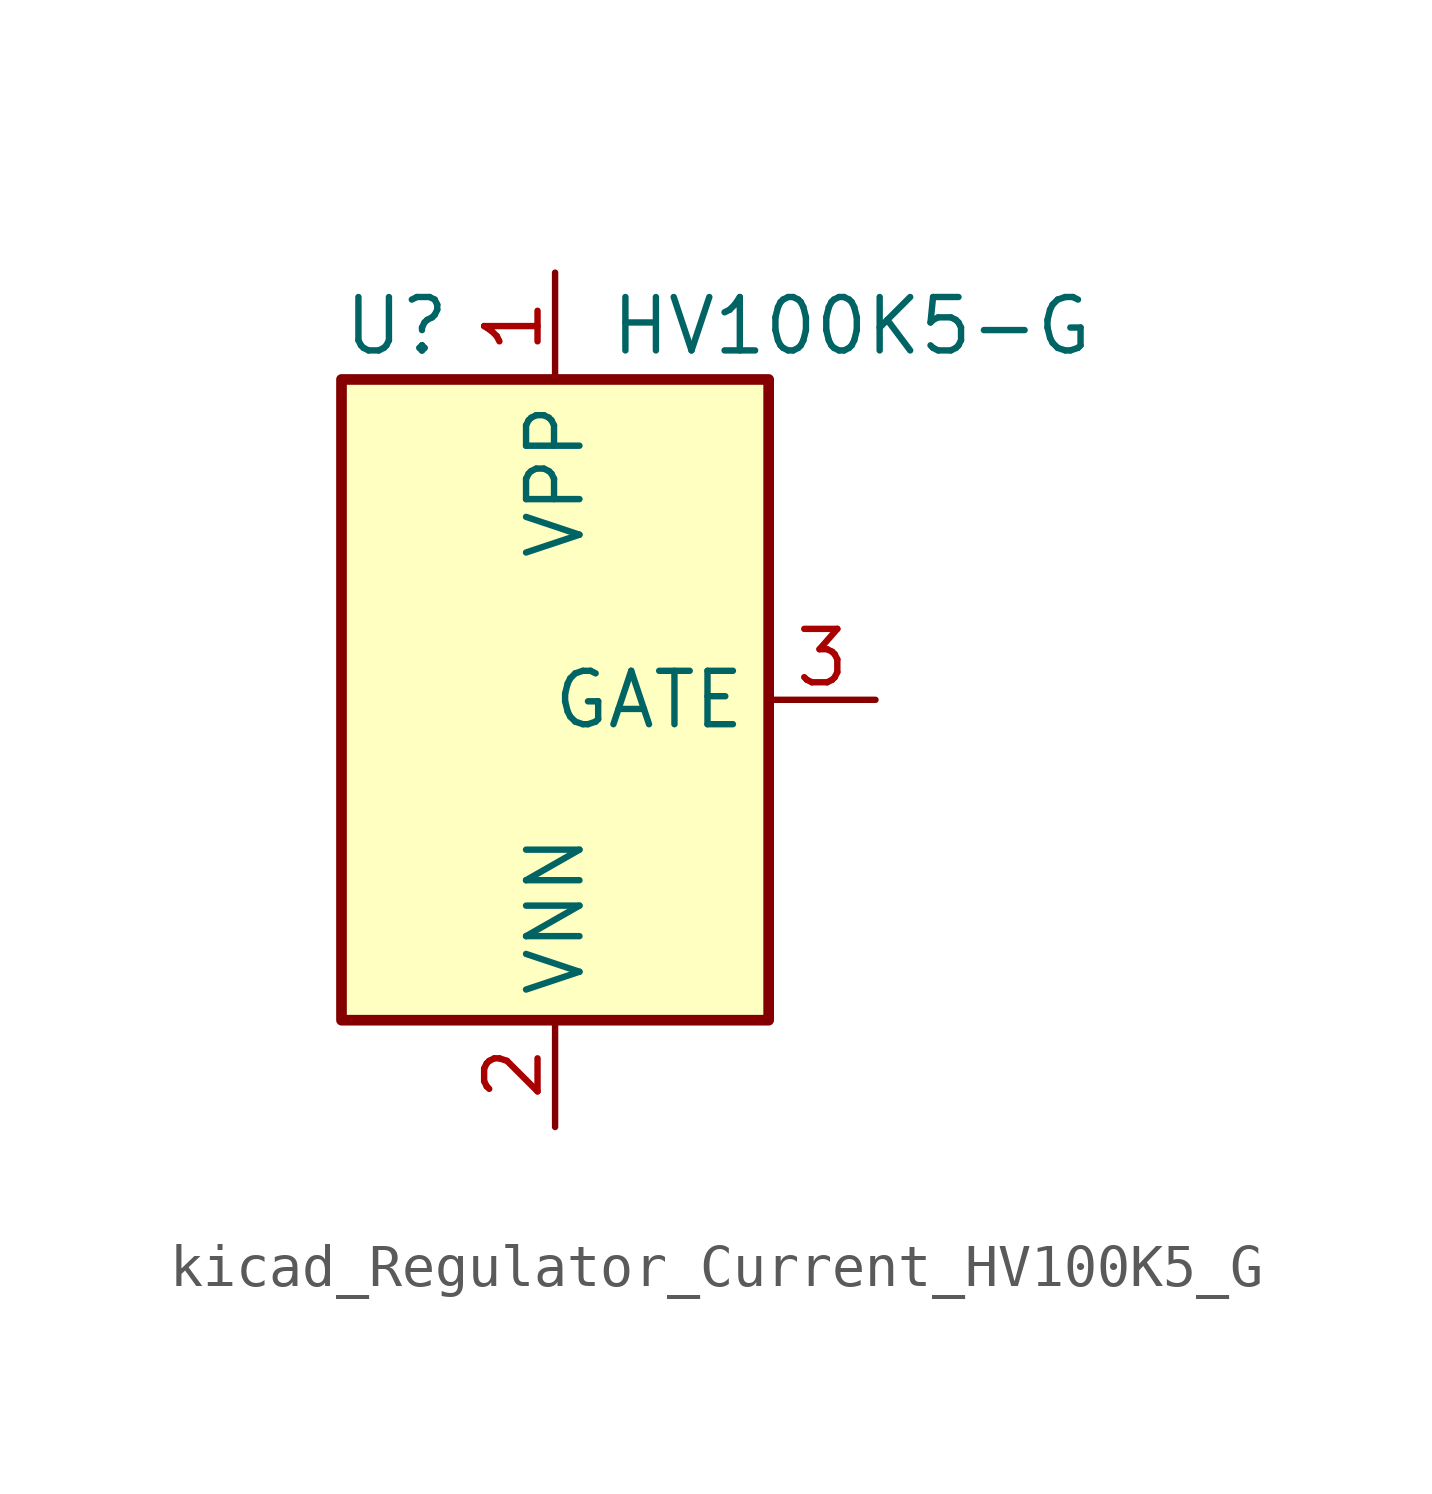
<source format=kicad_sym>
(kicad_symbol_lib
  (version 20220914)
  (generator kicad_symbol_editor)
  (symbol "kicad_Regulator_Current_HV100K5_G"
    (property "Reference" "U"
      (at -5.08 8.89 0)
      (effects (font (size 1.27 1.27)) (justify left)))
    (property "Value" "HV100K5-G"
      (at 1.27 8.89 0)
      (effects (font (size 1.27 1.27)) (justify left)))
    (symbol "kicad_Regulator_Current_HV100K5_G_0_1"
      (rectangle (start -5.08 7.62) (end 5.08 -7.62) (stroke (width 0.254) (type default)) (fill (type background))))
    (symbol "kicad_Regulator_Current_HV100K5_G_1_1"
      (pin power_in line (at 0 10.16 270) (length 2.54) (name "VPP" (effects (font (size 1.27 1.27)))) (number "1" (effects (font (size 1.27 1.27)))))
      (pin power_in line (at 0 -10.16 90) (length 2.54) (name "VNN" (effects (font (size 1.27 1.27)))) (number "2" (effects (font (size 1.27 1.27)))))
      (pin output line (at 7.62 0 180) (length 2.54) (name "GATE" (effects (font (size 1.27 1.27)))) (number "3" (effects (font (size 1.27 1.27))))))))
</source>
